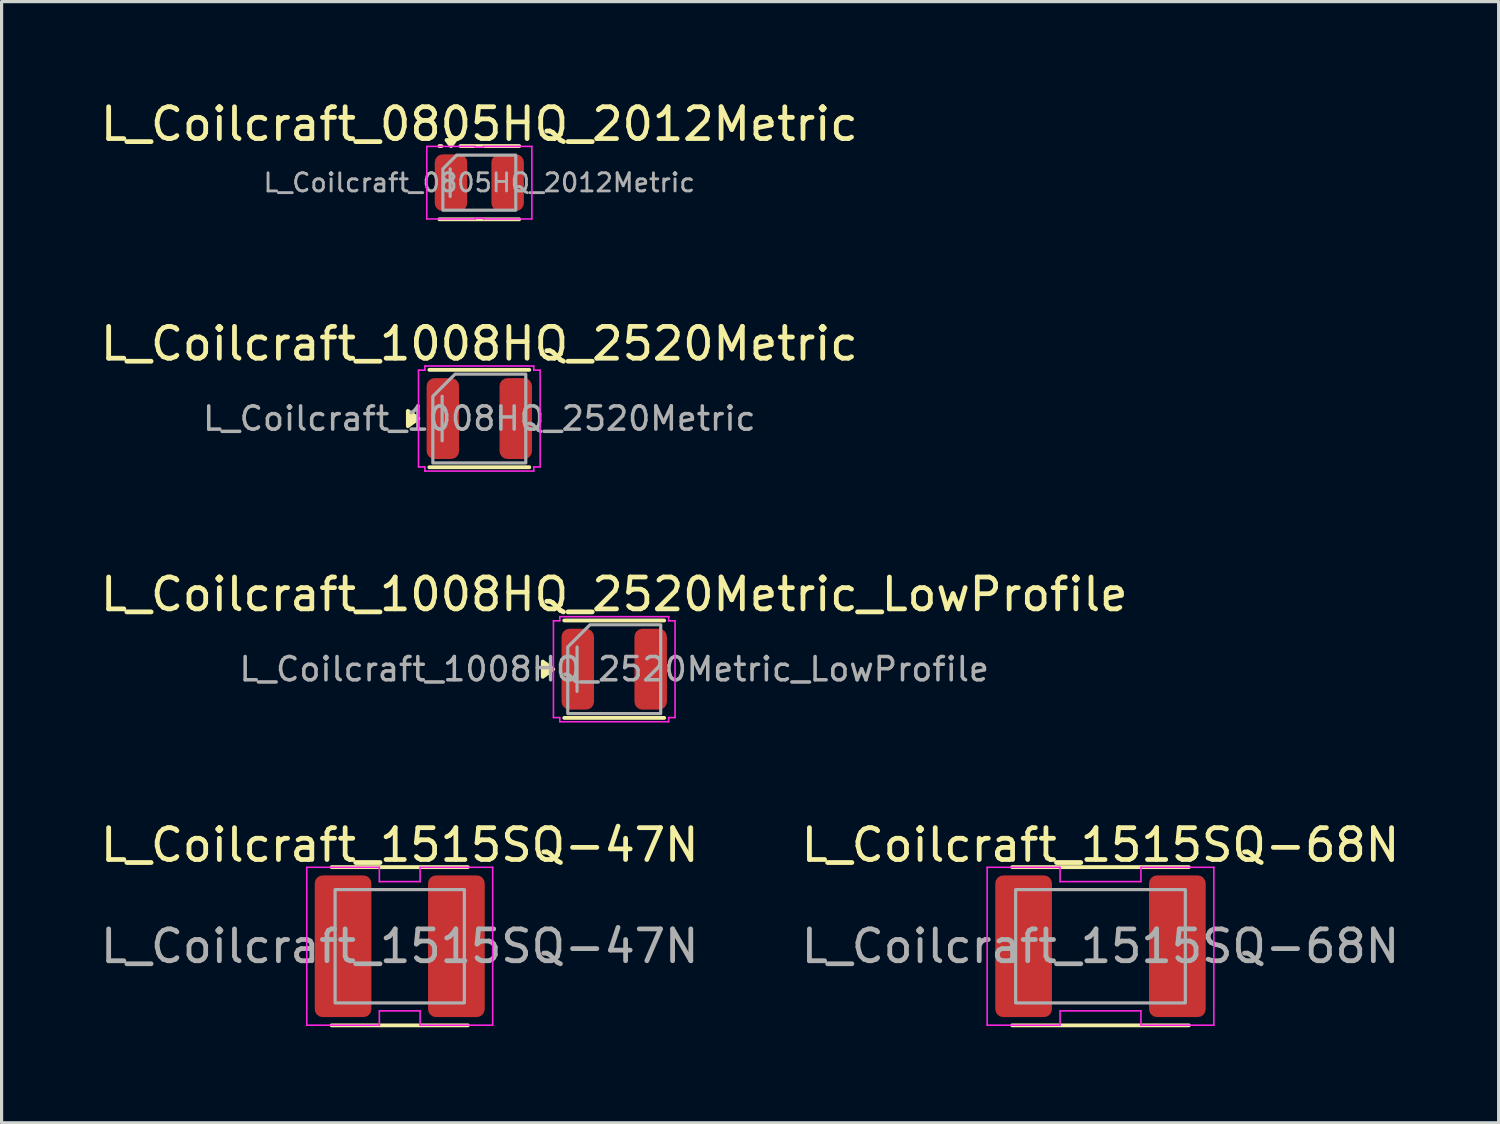
<source format=kicad_pcb>
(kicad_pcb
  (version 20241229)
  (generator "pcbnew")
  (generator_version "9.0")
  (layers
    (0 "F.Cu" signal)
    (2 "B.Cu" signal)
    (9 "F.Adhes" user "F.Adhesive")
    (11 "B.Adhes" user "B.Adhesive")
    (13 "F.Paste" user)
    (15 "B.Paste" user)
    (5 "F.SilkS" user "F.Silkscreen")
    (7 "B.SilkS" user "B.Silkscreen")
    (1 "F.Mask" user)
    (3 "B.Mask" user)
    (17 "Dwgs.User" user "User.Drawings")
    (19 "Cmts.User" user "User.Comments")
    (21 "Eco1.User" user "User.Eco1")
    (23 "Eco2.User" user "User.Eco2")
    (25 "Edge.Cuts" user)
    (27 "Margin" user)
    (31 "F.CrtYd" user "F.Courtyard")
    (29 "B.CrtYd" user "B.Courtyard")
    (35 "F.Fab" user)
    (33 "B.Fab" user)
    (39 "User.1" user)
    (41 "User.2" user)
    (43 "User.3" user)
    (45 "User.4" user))
  (footprint "L_Coilcraft_1515SQ-68N"
    (layer "F.Cu")
    (at 31.518 26.673)
    (property "Reference" "L_Coilcraft_1515SQ-68N" (at 0 -3.18 0) (layer "F.SilkS") (effects (font (size 1 1) (thickness 0.15))))
    (attr smd)
    (fp_line (start -2.775 -2.485) (end 2.775 -2.485) (stroke (width 0.12) (type solid)) (layer "F.SilkS"))
    (fp_line (start 2.775 2.485) (end -2.775 2.485) (stroke (width 0.12) (type solid)) (layer "F.SilkS"))
    (fp_line (start -3.56 -2.48) (end -1.27 -2.48) (stroke (width 0.05) (type solid)) (layer "F.CrtYd"))
    (fp_line (start -3.56 2.48) (end -3.56 -2.48) (stroke (width 0.05) (type solid)) (layer "F.CrtYd"))
    (fp_line (start -1.27 -2.48) (end -1.27 -2.03) (stroke (width 0.05) (type solid)) (layer "F.CrtYd"))
    (fp_line (start -1.27 -2.03) (end 1.27 -2.03) (stroke (width 0.05) (type solid)) (layer "F.CrtYd"))
    (fp_line (start -1.27 2.03) (end -1.27 2.48) (stroke (width 0.05) (type solid)) (layer "F.CrtYd"))
    (fp_line (start -1.27 2.48) (end -3.56 2.48) (stroke (width 0.05) (type solid)) (layer "F.CrtYd"))
    (fp_line (start 1.27 -2.48) (end 3.56 -2.48) (stroke (width 0.05) (type solid)) (layer "F.CrtYd"))
    (fp_line (start 1.27 -2.03) (end 1.27 -2.48) (stroke (width 0.05) (type solid)) (layer "F.CrtYd"))
    (fp_line (start 1.27 2.03) (end -1.27 2.03) (stroke (width 0.05) (type solid)) (layer "F.CrtYd"))
    (fp_line (start 1.27 2.48) (end 1.27 2.03) (stroke (width 0.05) (type solid)) (layer "F.CrtYd"))
    (fp_line (start 3.56 -2.48) (end 3.56 2.48) (stroke (width 0.05) (type solid)) (layer "F.CrtYd"))
    (fp_line (start 3.56 2.48) (end 1.27 2.48) (stroke (width 0.05) (type solid)) (layer "F.CrtYd"))
    (fp_rect (start -2.665 -1.78) (end 2.665 1.78) (stroke (width 0.1) (type solid)) (fill no) (layer "F.Fab"))
    (fp_text user "${REFERENCE}" (at 0 0 0) (layer "F.Fab") (effects (font (size 1 1) (thickness 0.15))))
    (pad "1" smd roundrect (at -2.415 0) (size 1.78 4.45) (layers "F.Cu" "F.Mask" "F.Paste") (roundrect_rratio 0.14))
    (pad "2" smd roundrect (at 2.415 0) (size 1.78 4.45) (layers "F.Cu" "F.Mask" "F.Paste") (roundrect_rratio 0.14)))
  (footprint "L_Coilcraft_1515SQ-47N"
    (layer "F.Cu")
    (at 9.506 26.673)
    (property "Reference" "L_Coilcraft_1515SQ-47N" (at 0 -3.18 0) (layer "F.SilkS") (effects (font (size 1 1) (thickness 0.15))))
    (attr smd)
    (fp_line (start -2.14 -2.485) (end 2.14 -2.485) (stroke (width 0.12) (type solid)) (layer "F.SilkS"))
    (fp_line (start 2.14 2.485) (end -2.14 2.485) (stroke (width 0.12) (type solid)) (layer "F.SilkS"))
    (fp_line (start -2.92 -2.48) (end -0.64 -2.48) (stroke (width 0.05) (type solid)) (layer "F.CrtYd"))
    (fp_line (start -2.92 2.48) (end -2.92 -2.48) (stroke (width 0.05) (type solid)) (layer "F.CrtYd"))
    (fp_line (start -0.64 -2.48) (end -0.64 -2.03) (stroke (width 0.05) (type solid)) (layer "F.CrtYd"))
    (fp_line (start -0.64 -2.03) (end 0.64 -2.03) (stroke (width 0.05) (type solid)) (layer "F.CrtYd"))
    (fp_line (start -0.64 2.03) (end -0.64 2.48) (stroke (width 0.05) (type solid)) (layer "F.CrtYd"))
    (fp_line (start -0.64 2.48) (end -2.92 2.48) (stroke (width 0.05) (type solid)) (layer "F.CrtYd"))
    (fp_line (start 0.64 -2.48) (end 2.92 -2.48) (stroke (width 0.05) (type solid)) (layer "F.CrtYd"))
    (fp_line (start 0.64 -2.03) (end 0.64 -2.48) (stroke (width 0.05) (type solid)) (layer "F.CrtYd"))
    (fp_line (start 0.64 2.03) (end -0.64 2.03) (stroke (width 0.05) (type solid)) (layer "F.CrtYd"))
    (fp_line (start 0.64 2.48) (end 0.64 2.03) (stroke (width 0.05) (type solid)) (layer "F.CrtYd"))
    (fp_line (start 2.92 -2.48) (end 2.92 2.48) (stroke (width 0.05) (type solid)) (layer "F.CrtYd"))
    (fp_line (start 2.92 2.48) (end 0.64 2.48) (stroke (width 0.05) (type solid)) (layer "F.CrtYd"))
    (fp_rect (start -2.03 -1.78) (end 2.03 1.78) (stroke (width 0.1) (type solid)) (fill no) (layer "F.Fab"))
    (fp_text user "${REFERENCE}" (at 0 0 0) (layer "F.Fab") (effects (font (size 1 1) (thickness 0.15))))
    (pad "1" smd roundrect (at -1.78 0) (size 1.78 4.45) (layers "F.Cu" "F.Mask" "F.Paste") (roundrect_rratio 0.14))
    (pad "2" smd roundrect (at 1.78 0) (size 1.78 4.45) (layers "F.Cu" "F.Mask" "F.Paste") (roundrect_rratio 0.14)))
  (footprint "L_Coilcraft_1008HQ_2520Metric_LowProfile"
    (layer "F.Cu")
    (at 16.244 17.97)
    (property "Reference" "L_Coilcraft_1008HQ_2520Metric_LowProfile" (at 0 -2.35 0) (layer "F.SilkS") (effects (font (size 1 1) (thickness 0.15))))
    (attr smd)
    (fp_line (start -1.57 -1.53) (end 1.57 -1.53) (stroke (width 0.12) (type solid)) (layer "F.SilkS"))
    (fp_line (start 1.57 1.53) (end -1.57 1.53) (stroke (width 0.12) (type solid)) (layer "F.SilkS"))
    (fp_poly (pts (xy -1.915 0) (xy -2.245 0.24) (xy -2.245 -0.24)) (stroke (width 0.12) (type solid)) (fill yes) (layer "F.SilkS"))
    (fp_line (start -1.91 -1.52) (end -1.71 -1.52) (stroke (width 0.05) (type solid)) (layer "F.CrtYd"))
    (fp_line (start -1.91 1.52) (end -1.91 -1.52) (stroke (width 0.05) (type solid)) (layer "F.CrtYd"))
    (fp_line (start -1.71 -1.65) (end 1.71 -1.65) (stroke (width 0.05) (type solid)) (layer "F.CrtYd"))
    (fp_line (start -1.71 -1.52) (end -1.71 -1.65) (stroke (width 0.05) (type solid)) (layer "F.CrtYd"))
    (fp_line (start -1.71 1.52) (end -1.91 1.52) (stroke (width 0.05) (type solid)) (layer "F.CrtYd"))
    (fp_line (start -1.71 1.65) (end -1.71 1.52) (stroke (width 0.05) (type solid)) (layer "F.CrtYd"))
    (fp_line (start 1.71 -1.65) (end 1.71 -1.52) (stroke (width 0.05) (type solid)) (layer "F.CrtYd"))
    (fp_line (start 1.71 -1.52) (end 1.91 -1.52) (stroke (width 0.05) (type solid)) (layer "F.CrtYd"))
    (fp_line (start 1.71 1.52) (end 1.71 1.65) (stroke (width 0.05) (type solid)) (layer "F.CrtYd"))
    (fp_line (start 1.71 1.65) (end -1.71 1.65) (stroke (width 0.05) (type solid)) (layer "F.CrtYd"))
    (fp_line (start 1.91 -1.52) (end 1.91 1.52) (stroke (width 0.05) (type solid)) (layer "F.CrtYd"))
    (fp_line (start 1.91 1.52) (end 1.71 1.52) (stroke (width 0.05) (type solid)) (layer "F.CrtYd"))
    (fp_line (start -1.168 0.698) (end -1.168 -0.698) (stroke (width 0.1) (type solid)) (layer "F.Fab"))
    (fp_poly (pts (xy -1.46 -0.698) (xy -1.46 1.395) (xy 1.46 1.395) (xy 1.46 -1.395) (xy -0.762 -1.395)) (stroke (width 0.1) (type solid)) (fill no) (layer "F.Fab"))
    (fp_text user "${REFERENCE}" (at 0 0 0) (layer "F.Fab") (effects (font (size 0.73 0.73) (thickness 0.11))))
    (pad "1" smd roundrect (at -1.145 0) (size 1.02 2.54) (layers "F.Cu" "F.Mask" "F.Paste") (roundrect_rratio 0.245))
    (pad "2" smd roundrect (at 1.145 0) (size 1.02 2.54) (layers "F.Cu" "F.Mask" "F.Paste") (roundrect_rratio 0.245)))
  (footprint "L_Coilcraft_0805HQ_2012Metric"
    (layer "F.Cu")
    (at 12.006 2.688)
    (property "Reference" "L_Coilcraft_0805HQ_2012Metric" (at 0 -1.84 0) (layer "F.SilkS") (effects (font (size 1 1) (thickness 0.15))))
    (attr smd)
    (fp_line (start -1.255 -1.15) (end -1.188 -1.15) (stroke (width 0.12) (type solid)) (layer "F.SilkS"))
    (fp_line (start -0.592 -1.15) (end 1.255 -1.15) (stroke (width 0.12) (type solid)) (layer "F.SilkS"))
    (fp_line (start 1.255 1.15) (end -1.255 1.15) (stroke (width 0.12) (type solid)) (layer "F.SilkS"))
    (fp_poly (pts (xy -0.89 -1.15) (xy -1.03 -1.34) (xy -0.75 -1.34)) (stroke (width 0.12) (type solid)) (fill yes) (layer "F.SilkS"))
    (fp_line (start -1.65 -1.14) (end -0.13 -1.14) (stroke (width 0.05) (type solid)) (layer "F.CrtYd"))
    (fp_line (start -1.65 1.14) (end -1.65 -1.14) (stroke (width 0.05) (type solid)) (layer "F.CrtYd"))
    (fp_line (start -0.13 -1.14) (end -0.13 -1.12) (stroke (width 0.05) (type solid)) (layer "F.CrtYd"))
    (fp_line (start -0.13 -1.12) (end 0.13 -1.12) (stroke (width 0.05) (type solid)) (layer "F.CrtYd"))
    (fp_line (start -0.13 1.12) (end -0.13 1.14) (stroke (width 0.05) (type solid)) (layer "F.CrtYd"))
    (fp_line (start -0.13 1.14) (end -1.65 1.14) (stroke (width 0.05) (type solid)) (layer "F.CrtYd"))
    (fp_line (start 0.13 -1.14) (end 1.65 -1.14) (stroke (width 0.05) (type solid)) (layer "F.CrtYd"))
    (fp_line (start 0.13 -1.12) (end 0.13 -1.14) (stroke (width 0.05) (type solid)) (layer "F.CrtYd"))
    (fp_line (start 0.13 1.12) (end -0.13 1.12) (stroke (width 0.05) (type solid)) (layer "F.CrtYd"))
    (fp_line (start 0.13 1.14) (end 0.13 1.12) (stroke (width 0.05) (type solid)) (layer "F.CrtYd"))
    (fp_line (start 1.65 -1.14) (end 1.65 1.14) (stroke (width 0.05) (type solid)) (layer "F.CrtYd"))
    (fp_line (start 1.65 1.14) (end 0.13 1.14) (stroke (width 0.05) (type solid)) (layer "F.CrtYd"))
    (fp_line (start -0.916 0.432) (end -0.916 -0.432) (stroke (width 0.1) (type solid)) (layer "F.Fab"))
    (fp_poly (pts (xy -1.145 -0.432) (xy -1.145 0.865) (xy 1.145 0.865) (xy 1.145 -0.865) (xy -0.713 -0.865)) (stroke (width 0.1) (type solid)) (fill no) (layer "F.Fab"))
    (fp_text user "${REFERENCE}" (at 0 0 0) (layer "F.Fab") (effects (font (size 0.57 0.57) (thickness 0.09))))
    (pad "1" smd roundrect (at -0.89 0) (size 1.02 1.78) (layers "F.Cu" "F.Mask" "F.Paste") (roundrect_rratio 0.245))
    (pad "2" smd roundrect (at 0.89 0) (size 1.02 1.78) (layers "F.Cu" "F.Mask" "F.Paste") (roundrect_rratio 0.245)))
  (footprint "L_Coilcraft_1008HQ_2520Metric"
    (layer "F.Cu")
    (at 12.006 10.097)
    (property "Reference" "L_Coilcraft_1008HQ_2520Metric" (at 0 -2.35 0) (layer "F.SilkS") (effects (font (size 1 1) (thickness 0.15))))
    (attr smd)
    (fp_line (start -1.57 -1.53) (end 1.57 -1.53) (stroke (width 0.12) (type solid)) (layer "F.SilkS"))
    (fp_line (start 1.57 1.53) (end -1.57 1.53) (stroke (width 0.12) (type solid)) (layer "F.SilkS"))
    (fp_poly (pts (xy -1.915 0) (xy -2.245 0.24) (xy -2.245 -0.24)) (stroke (width 0.12) (type solid)) (fill yes) (layer "F.SilkS"))
    (fp_line (start -1.91 -1.52) (end -1.71 -1.52) (stroke (width 0.05) (type solid)) (layer "F.CrtYd"))
    (fp_line (start -1.91 1.52) (end -1.91 -1.52) (stroke (width 0.05) (type solid)) (layer "F.CrtYd"))
    (fp_line (start -1.71 -1.65) (end 1.71 -1.65) (stroke (width 0.05) (type solid)) (layer "F.CrtYd"))
    (fp_line (start -1.71 -1.52) (end -1.71 -1.65) (stroke (width 0.05) (type solid)) (layer "F.CrtYd"))
    (fp_line (start -1.71 1.52) (end -1.91 1.52) (stroke (width 0.05) (type solid)) (layer "F.CrtYd"))
    (fp_line (start -1.71 1.65) (end -1.71 1.52) (stroke (width 0.05) (type solid)) (layer "F.CrtYd"))
    (fp_line (start 1.71 -1.65) (end 1.71 -1.52) (stroke (width 0.05) (type solid)) (layer "F.CrtYd"))
    (fp_line (start 1.71 -1.52) (end 1.91 -1.52) (stroke (width 0.05) (type solid)) (layer "F.CrtYd"))
    (fp_line (start 1.71 1.52) (end 1.71 1.65) (stroke (width 0.05) (type solid)) (layer "F.CrtYd"))
    (fp_line (start 1.71 1.65) (end -1.71 1.65) (stroke (width 0.05) (type solid)) (layer "F.CrtYd"))
    (fp_line (start 1.91 -1.52) (end 1.91 1.52) (stroke (width 0.05) (type solid)) (layer "F.CrtYd"))
    (fp_line (start 1.91 1.52) (end 1.71 1.52) (stroke (width 0.05) (type solid)) (layer "F.CrtYd"))
    (fp_line (start -1.168 0.698) (end -1.168 -0.698) (stroke (width 0.1) (type solid)) (layer "F.Fab"))
    (fp_poly (pts (xy -1.46 -0.698) (xy -1.46 1.395) (xy 1.46 1.395) (xy 1.46 -1.395) (xy -0.762 -1.395)) (stroke (width 0.1) (type solid)) (fill no) (layer "F.Fab"))
    (fp_text user "${REFERENCE}" (at 0 0 0) (layer "F.Fab") (effects (font (size 0.73 0.73) (thickness 0.11))))
    (pad "1" smd roundrect (at -1.145 0) (size 1.02 2.54) (layers "F.Cu" "F.Mask" "F.Paste") (roundrect_rratio 0.245))
    (pad "2" smd roundrect (at 1.145 0) (size 1.02 2.54) (layers "F.Cu" "F.Mask" "F.Paste") (roundrect_rratio 0.245)))
  (gr_rect
    (start -3 -3)
    (end 44.024 32.218)
    (stroke (width 0.1) (type default))
    (fill no)
    (layer "Edge.Cuts")))
</source>
